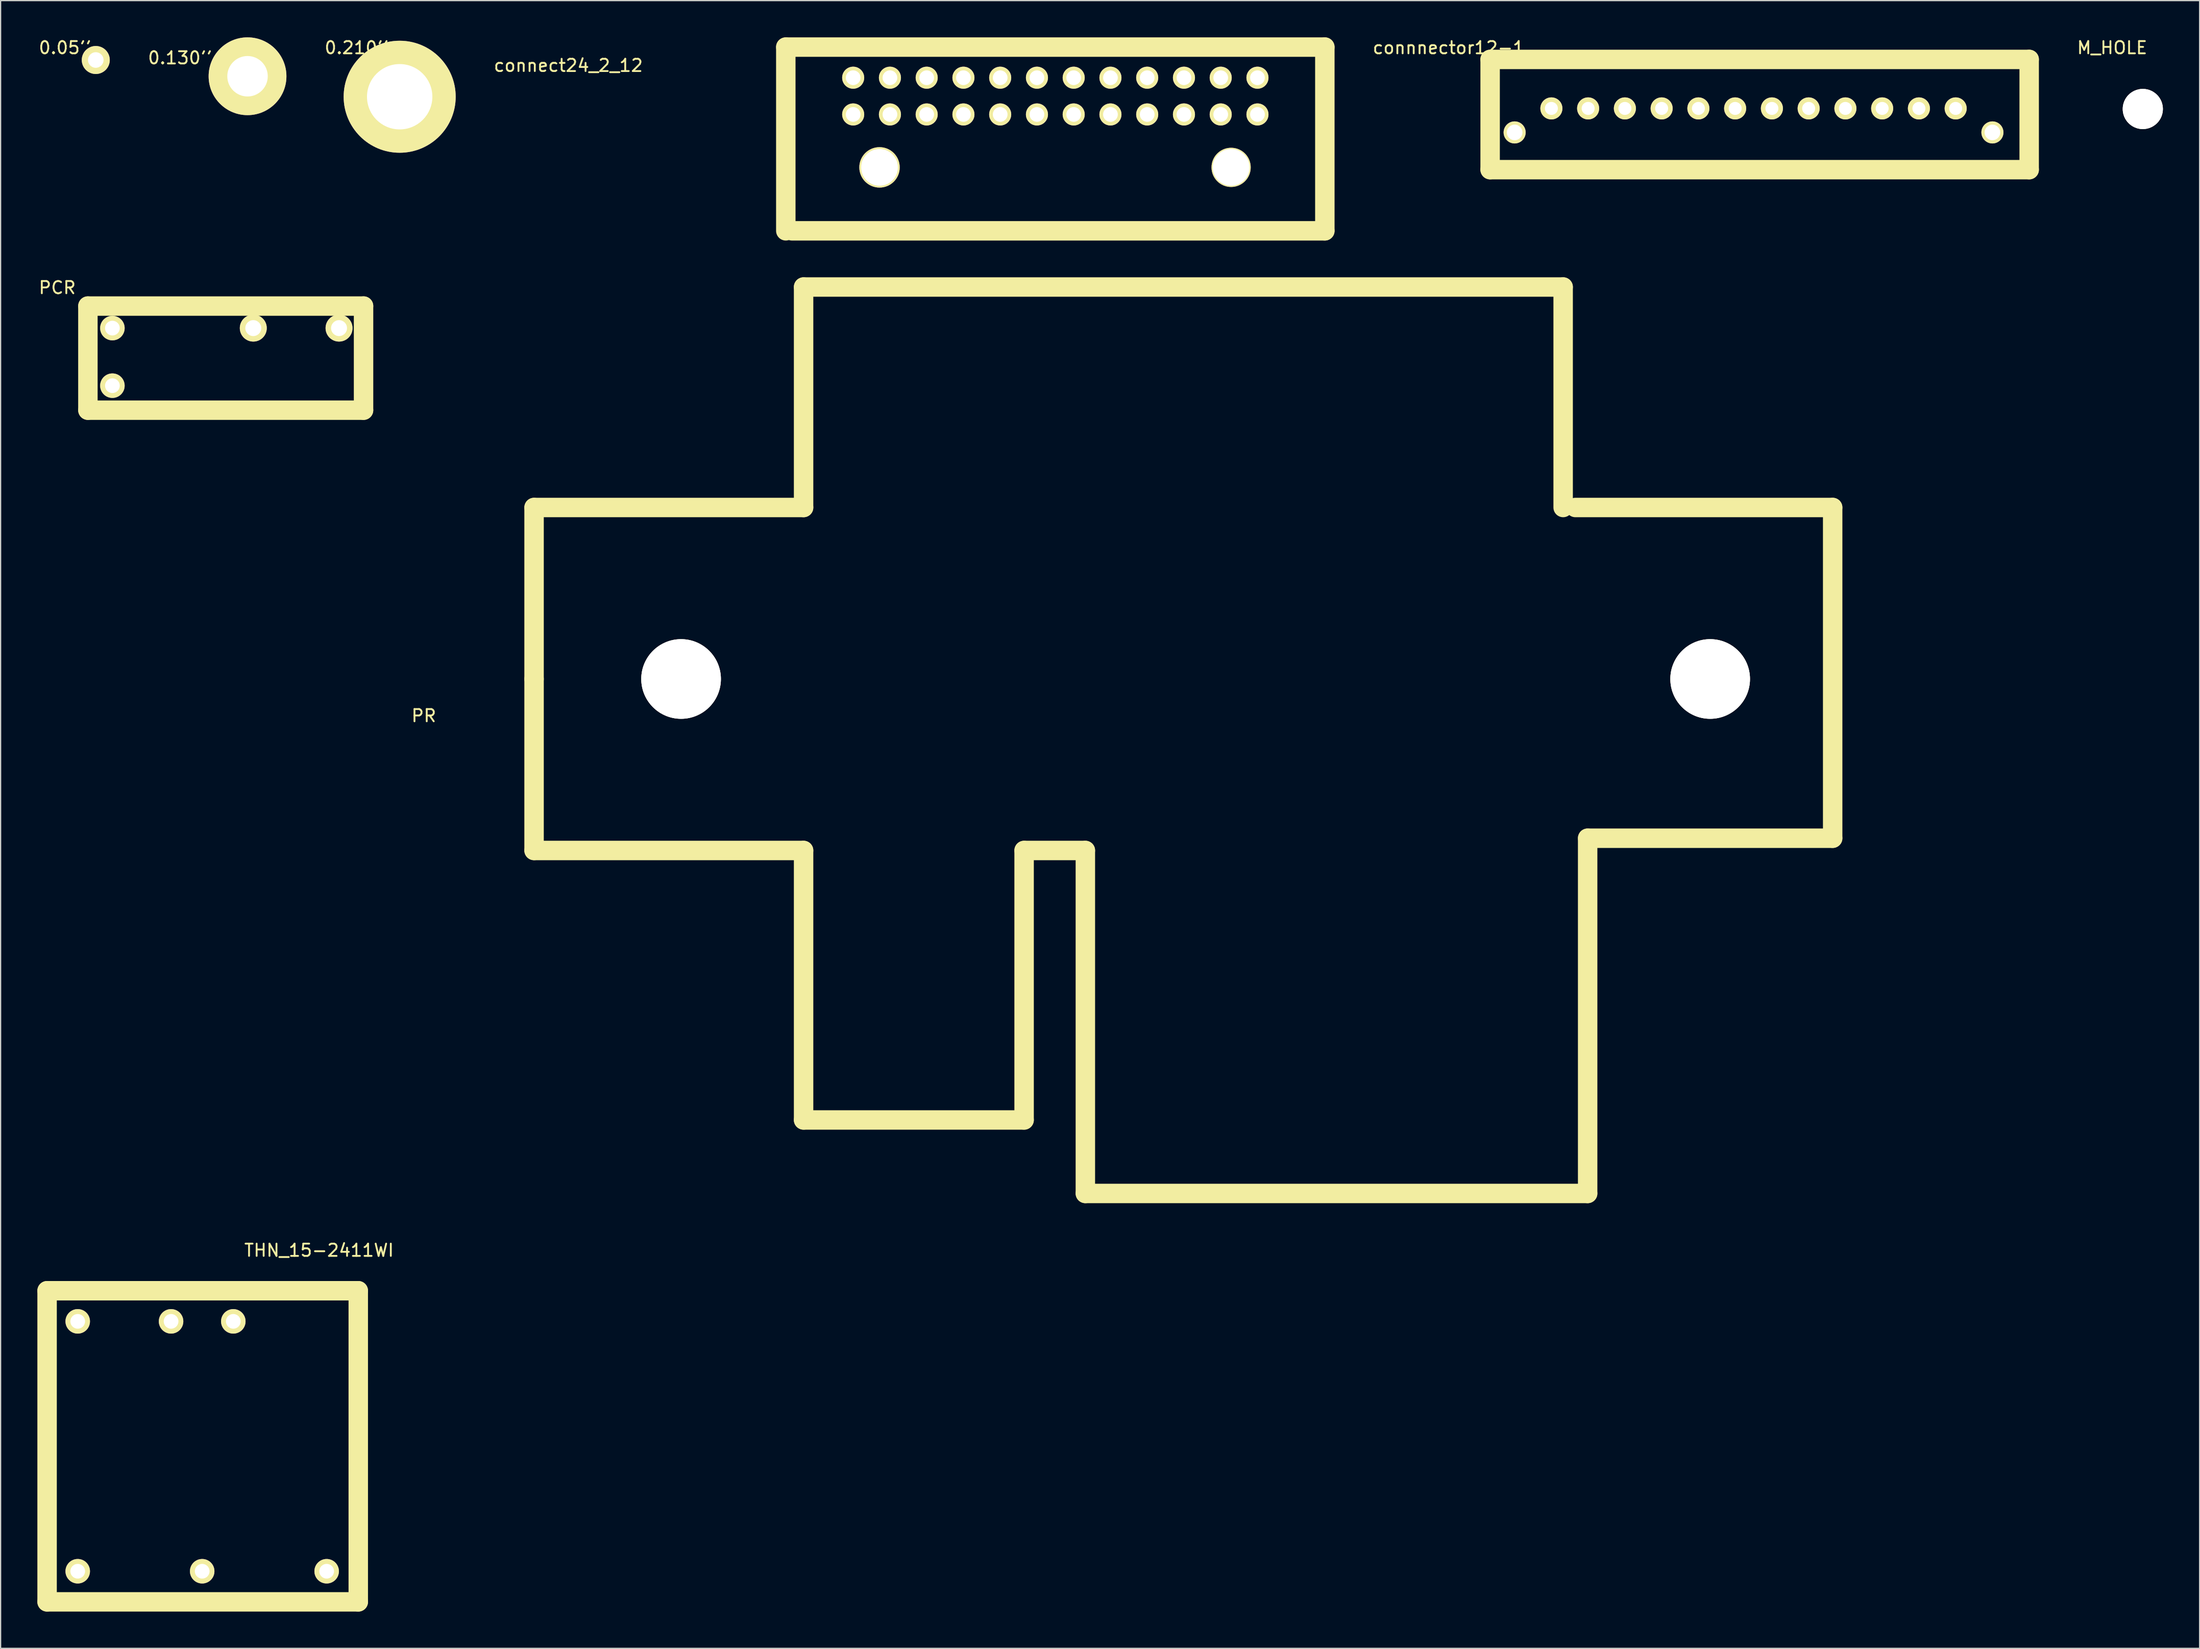
<source format=kicad_pcb>
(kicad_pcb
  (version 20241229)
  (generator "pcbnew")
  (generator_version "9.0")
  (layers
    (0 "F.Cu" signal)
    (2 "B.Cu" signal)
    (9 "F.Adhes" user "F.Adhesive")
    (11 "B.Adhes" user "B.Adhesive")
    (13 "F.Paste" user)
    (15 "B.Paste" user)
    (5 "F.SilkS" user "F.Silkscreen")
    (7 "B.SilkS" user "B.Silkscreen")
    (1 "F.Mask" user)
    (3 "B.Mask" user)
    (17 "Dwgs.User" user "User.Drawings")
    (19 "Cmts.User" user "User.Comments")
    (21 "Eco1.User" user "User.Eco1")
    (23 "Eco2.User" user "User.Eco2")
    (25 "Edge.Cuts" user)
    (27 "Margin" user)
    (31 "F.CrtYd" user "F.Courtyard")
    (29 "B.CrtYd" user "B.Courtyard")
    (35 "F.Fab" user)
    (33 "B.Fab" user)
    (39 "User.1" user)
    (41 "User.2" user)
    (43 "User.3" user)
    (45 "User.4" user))
  (footprint "M_HOLE"
    (layer "F.Cu")
    (at 171.859 5.848)
    (property "Reference" "M_HOLE" (at -2.5 -5 0) (layer "F.SilkS") (effects (font (size 1 1) (thickness 0.15))))
    (attr through_hole)
    (pad "1" thru_hole circle (at 0 0) (size 3.277 3.277) (drill 3.277) (layers "*.Cu" "*.Mask" "F.SilkS")))
  (footprint "0.130''"
    (layer "F.Cu")
    (at 15.155 1.175)
    (property "Reference" "0.130''" (at -3.5 0.5 0) (layer "F.SilkS") (effects (font (size 1 1) (thickness 0.15))))
    (attr through_hole)
    (pad "1" thru_hole circle (at 2 2) (size 6.35 6.35) (drill 3.302) (layers "*.Cu" "*.Mask" "F.SilkS")))
  (footprint "0.05''"
    (layer "F.Cu")
    (at 2.268 0.348)
    (property "Reference" "0.05''" (at 0 0.5 0) (layer "F.SilkS") (effects (font (size 1 1) (thickness 0.15))))
    (attr through_hole)
    (pad "1" thru_hole circle (at 2.5 1.5) (size 2.286 2.286) (drill 1.27) (layers "*.Cu" "*.Mask" "F.SilkS")))
  (footprint "PR"
    (layer "F.Cu")
    (at 52.544 52.381)
    (property "Reference" "PR" (at -21 3 0) (layer "F.SilkS") (effects (font (size 1 1) (thickness 0.15))))
    (attr through_hole)
    (fp_line (start -12 -14) (end 10 -14) (stroke (width 1.587) (type solid)) (layer "F.SilkS"))
    (fp_line (start -12 0) (end -12 -14) (stroke (width 1.587) (type solid)) (layer "F.SilkS"))
    (fp_line (start -12 0) (end -12 14) (stroke (width 1.587) (type solid)) (layer "F.SilkS"))
    (fp_line (start -12 14) (end 10 14) (stroke (width 1.587) (type solid)) (layer "F.SilkS"))
    (fp_line (start 10 -32) (end 10 -14) (stroke (width 1.587) (type solid)) (layer "F.SilkS"))
    (fp_line (start 10 -32) (end 72 -32) (stroke (width 1.587) (type solid)) (layer "F.SilkS"))
    (fp_line (start 10 14) (end 10 36) (stroke (width 1.587) (type solid)) (layer "F.SilkS"))
    (fp_line (start 10 36) (end 28 36) (stroke (width 1.587) (type solid)) (layer "F.SilkS"))
    (fp_line (start 28 14) (end 33 14) (stroke (width 1.587) (type solid)) (layer "F.SilkS"))
    (fp_line (start 28 36) (end 28 14) (stroke (width 1.587) (type solid)) (layer "F.SilkS"))
    (fp_line (start 33 14) (end 33 42) (stroke (width 1.587) (type solid)) (layer "F.SilkS"))
    (fp_line (start 33 42) (end 74 42) (stroke (width 1.587) (type solid)) (layer "F.SilkS"))
    (fp_line (start 72 -32) (end 72 -14) (stroke (width 1.587) (type solid)) (layer "F.SilkS"))
    (fp_line (start 73 -14) (end 94 -14) (stroke (width 1.587) (type solid)) (layer "F.SilkS"))
    (fp_line (start 74 13) (end 94 13) (stroke (width 1.587) (type solid)) (layer "F.SilkS"))
    (fp_line (start 74 42) (end 74 13) (stroke (width 1.587) (type solid)) (layer "F.SilkS"))
    (fp_line (start 94 13) (end 94 -14) (stroke (width 1.587) (type solid)) (layer "F.SilkS"))
    (pad "" thru_hole circle (at 0 0) (size 6.5 6.5) (drill 6.5) (layers "*.Cu" "*.Mask" "F.SilkS"))
    (pad "" thru_hole circle (at 84 0) (size 6.5 6.5) (drill 6.5) (layers "*.Cu" "*.Mask" "F.SilkS")))
  (footprint "PCR"
    (layer "F.Cu")
    (at 6.125 28.436)
    (property "Reference" "PCR" (at -4.5 -8 0) (layer "F.SilkS") (effects (font (size 1 1) (thickness 0.15))))
    (attr through_hole)
    (fp_line (start -2 -6.5) (end -2 2) (stroke (width 1.587) (type solid)) (layer "F.SilkS"))
    (fp_line (start -2 2) (end 20.5 2) (stroke (width 1.587) (type solid)) (layer "F.SilkS"))
    (fp_line (start 20.5 -6.5) (end -2 -6.5) (stroke (width 1.587) (type solid)) (layer "F.SilkS"))
    (fp_line (start 20.5 2) (end 20.5 -6.5) (stroke (width 1.587) (type solid)) (layer "F.SilkS"))
    (pad "11" thru_hole circle (at 11.5 -4.7) (size 2.2 2.2) (drill 1.3) (layers "*.Cu" "*.Mask" "F.SilkS"))
    (pad "14" thru_hole circle (at 18.5 -4.7) (size 2.2 2.2) (drill 1.3) (layers "*.Cu" "*.Mask" "F.SilkS"))
    (pad "A1" thru_hole circle (at 0 -4.7) (size 2 2) (drill 1.2) (layers "*.Cu" "*.Mask" "F.SilkS"))
    (pad "A2" thru_hole circle (at 0 0) (size 2 2) (drill 1.2) (layers "*.Cu" "*.Mask" "F.SilkS")))
  (footprint "connnector12-1"
    (layer "F.Cu")
    (at 123.584 5.801)
    (property "Reference" "connnector12-1" (at -8.382 -4.953 0) (layer "F.SilkS") (effects (font (size 1 1) (thickness 0.15))))
    (attr through_hole)
    (fp_line (start -5 -4) (end -5 5) (stroke (width 1.587) (type solid)) (layer "F.SilkS"))
    (fp_line (start -5 5) (end 39 5) (stroke (width 1.587) (type solid)) (layer "F.SilkS"))
    (fp_line (start 39 -4) (end -5 -4) (stroke (width 1.587) (type solid)) (layer "F.SilkS"))
    (fp_line (start 39 5) (end 39 -4) (stroke (width 1.587) (type solid)) (layer "F.SilkS"))
    (pad "" thru_hole circle (at -3 1.96) (size 1.8 1.8) (drill 1.27) (layers "*.Cu" "*.Mask" "F.SilkS"))
    (pad "" thru_hole circle (at 36 1.96) (size 1.8 1.8) (drill 1.27) (layers "*.Cu" "*.Mask" "F.SilkS"))
    (pad "1" thru_hole circle (at 0 0) (size 1.8 1.8) (drill 1.06) (layers "*.Cu" "*.Mask" "F.SilkS"))
    (pad "2" thru_hole circle (at 3 0) (size 1.8 1.8) (drill 1.06) (layers "*.Cu" "*.Mask" "F.SilkS"))
    (pad "3" thru_hole circle (at 6 0) (size 1.8 1.8) (drill 1.06) (layers "*.Cu" "*.Mask" "F.SilkS"))
    (pad "4" thru_hole circle (at 9 0) (size 1.8 1.8) (drill 1.06) (layers "*.Cu" "*.Mask" "F.SilkS"))
    (pad "5" thru_hole circle (at 12 0) (size 1.8 1.8) (drill 1.06) (layers "*.Cu" "*.Mask" "F.SilkS"))
    (pad "6" thru_hole circle (at 15 0) (size 1.8 1.8) (drill 1.06) (layers "*.Cu" "*.Mask" "F.SilkS"))
    (pad "7" thru_hole circle (at 18 0) (size 1.8 1.8) (drill 1.06) (layers "*.Cu" "*.Mask" "F.SilkS"))
    (pad "8" thru_hole circle (at 21 0) (size 1.8 1.8) (drill 1.06) (layers "*.Cu" "*.Mask" "F.SilkS"))
    (pad "9" thru_hole circle (at 24 0) (size 1.8 1.8) (drill 1.06) (layers "*.Cu" "*.Mask" "F.SilkS"))
    (pad "10" thru_hole circle (at 27 0) (size 1.8 1.8) (drill 1.06) (layers "*.Cu" "*.Mask" "F.SilkS"))
    (pad "11" thru_hole circle (at 30 0) (size 1.8 1.8) (drill 1.06) (layers "*.Cu" "*.Mask" "F.SilkS"))
    (pad "12" thru_hole circle (at 33 0) (size 1.8 1.8) (drill 1.06) (layers "*.Cu" "*.Mask" "F.SilkS")))
  (footprint "connect24_2_12"
    (layer "F.Cu")
    (at 66.592 6.294)
    (property "Reference" "connect24_2_12" (at -23.25 -4 0) (layer "F.SilkS") (effects (font (size 1 1) (thickness 0.15))))
    (attr through_hole)
    (fp_line (start -5.5 -5.5) (end -5.5 9.5) (stroke (width 1.587) (type solid)) (layer "F.SilkS"))
    (fp_line (start -5 9.5) (end 38.5 9.5) (stroke (width 1.587) (type solid)) (layer "F.SilkS"))
    (fp_line (start 38.5 -5.5) (end -5.5 -5.5) (stroke (width 1.587) (type solid)) (layer "F.SilkS"))
    (fp_line (start 38.5 9.5) (end 38.5 -5.5) (stroke (width 1.587) (type solid)) (layer "F.SilkS"))
    (pad "" thru_hole circle (at 2.15 4.32) (size 3.3 3.3) (drill 3) (layers "*.Cu" "*.Mask" "F.SilkS"))
    (pad "" thru_hole circle (at 30.85 4.32) (size 3.2 3.2) (drill 3) (layers "*.Cu" "*.Mask" "F.SilkS"))
    (pad "1" thru_hole circle (at 0 0) (size 1.8 1.8) (drill 1.2) (layers "*.Cu" "*.Mask" "F.SilkS"))
    (pad "2" thru_hole circle (at 0 -3) (size 1.8 1.8) (drill 1.2) (layers "*.Cu" "*.Mask" "F.SilkS"))
    (pad "3" thru_hole circle (at 3 0) (size 1.8 1.8) (drill 1.2) (layers "*.Cu" "*.Mask" "F.SilkS"))
    (pad "4" thru_hole circle (at 3 -3) (size 1.8 1.8) (drill 1.2) (layers "*.Cu" "*.Mask" "F.SilkS"))
    (pad "5" thru_hole circle (at 6 0) (size 1.8 1.8) (drill 1.2) (layers "*.Cu" "*.Mask" "F.SilkS"))
    (pad "6" thru_hole circle (at 6 -3) (size 1.8 1.8) (drill 1.2) (layers "*.Cu" "*.Mask" "F.SilkS"))
    (pad "7" thru_hole circle (at 9 0) (size 1.8 1.8) (drill 1.2) (layers "*.Cu" "*.Mask" "F.SilkS"))
    (pad "8" thru_hole circle (at 9 -3) (size 1.8 1.8) (drill 1.2) (layers "*.Cu" "*.Mask" "F.SilkS"))
    (pad "9" thru_hole circle (at 12 0) (size 1.8 1.8) (drill 1.2) (layers "*.Cu" "*.Mask" "F.SilkS"))
    (pad "10" thru_hole circle (at 12 -3) (size 1.8 1.8) (drill 1.2) (layers "*.Cu" "*.Mask" "F.SilkS"))
    (pad "11" thru_hole circle (at 15 0) (size 1.8 1.8) (drill 1.2) (layers "*.Cu" "*.Mask" "F.SilkS"))
    (pad "12" thru_hole circle (at 15 -3) (size 1.8 1.8) (drill 1.2) (layers "*.Cu" "*.Mask" "F.SilkS"))
    (pad "13" thru_hole circle (at 18 0) (size 1.8 1.8) (drill 1.2) (layers "*.Cu" "*.Mask" "F.SilkS"))
    (pad "14" thru_hole circle (at 18 -3) (size 1.8 1.8) (drill 1.2) (layers "*.Cu" "*.Mask" "F.SilkS"))
    (pad "15" thru_hole circle (at 21 0) (size 1.8 1.8) (drill 1.2) (layers "*.Cu" "*.Mask" "F.SilkS"))
    (pad "16" thru_hole circle (at 21 -3) (size 1.8 1.8) (drill 1.2) (layers "*.Cu" "*.Mask" "F.SilkS"))
    (pad "17" thru_hole circle (at 24 0) (size 1.8 1.8) (drill 1.2) (layers "*.Cu" "*.Mask" "F.SilkS"))
    (pad "18" thru_hole circle (at 24 -3) (size 1.8 1.8) (drill 1.2) (layers "*.Cu" "*.Mask" "F.SilkS"))
    (pad "19" thru_hole circle (at 27 0) (size 1.8 1.8) (drill 1.2) (layers "*.Cu" "*.Mask" "F.SilkS"))
    (pad "20" thru_hole circle (at 27 -3) (size 1.8 1.8) (drill 1.2) (layers "*.Cu" "*.Mask" "F.SilkS"))
    (pad "21" thru_hole circle (at 30 0) (size 1.8 1.8) (drill 1.2) (layers "*.Cu" "*.Mask" "F.SilkS"))
    (pad "22" thru_hole circle (at 30 -3) (size 1.8 1.8) (drill 1.2) (layers "*.Cu" "*.Mask" "F.SilkS"))
    (pad "23" thru_hole circle (at 33 0) (size 1.8 1.8) (drill 1.2) (layers "*.Cu" "*.Mask" "F.SilkS"))
    (pad "24" thru_hole circle (at 33 -3) (size 1.8 1.8) (drill 1.2) (layers "*.Cu" "*.Mask" "F.SilkS")))
  (footprint "0.210''"
    (layer "F.Cu")
    (at 26.074 0.348)
    (property "Reference" "0.210''" (at 0 0.5 0) (layer "F.SilkS") (effects (font (size 1 1) (thickness 0.15))))
    (attr through_hole)
    (pad "1" thru_hole circle (at 3.5 4.5) (size 9.144 9.144) (drill 5.334) (layers "*.Cu" "*.Mask" "F.SilkS")))
  (footprint "THN_15-2411WI"
    (layer "F.Cu")
    (at 0.794 127.723)
    (property "Reference" "THN_15-2411WI" (at 22.2 -28.7 0) (layer "F.SilkS") (effects (font (size 1 1) (thickness 0.15))))
    (attr through_hole)
    (fp_line (start 0 -25.4) (end 0 0) (stroke (width 1.587) (type solid)) (layer "F.SilkS"))
    (fp_line (start 0 0) (end 25.4 0) (stroke (width 1.587) (type solid)) (layer "F.SilkS"))
    (fp_line (start 25.4 -25.4) (end 0 -25.4) (stroke (width 1.587) (type solid)) (layer "F.SilkS"))
    (fp_line (start 25.4 0) (end 25.4 -25.4) (stroke (width 1.587) (type solid)) (layer "F.SilkS"))
    (pad "1" thru_hole circle (at 15.2 -22.9) (size 2 2) (drill 1.2) (layers "*.Cu" "*.Mask" "F.SilkS"))
    (pad "2" thru_hole circle (at 10.12 -22.9) (size 2 2) (drill 1.2) (layers "*.Cu" "*.Mask" "F.SilkS"))
    (pad "3" thru_hole circle (at 22.82 -2.5) (size 2 2) (drill 1.2) (layers "*.Cu" "*.Mask" "F.SilkS"))
    (pad "4" thru_hole circle (at 12.66 -2.5) (size 2 2) (drill 1.2) (layers "*.Cu" "*.Mask" "F.SilkS"))
    (pad "5" thru_hole circle (at 2.5 -2.5) (size 2 2) (drill 1.2) (layers "*.Cu" "*.Mask" "F.SilkS"))
    (pad "6" thru_hole circle (at 2.5 -22.9) (size 2 2) (drill 1.2) (layers "*.Cu" "*.Mask" "F.SilkS")))
  (gr_rect
    (start -3 -3)
    (end 176.498 131.517)
    (stroke (width 0.1) (type default))
    (fill no)
    (layer "Edge.Cuts")))
</source>
